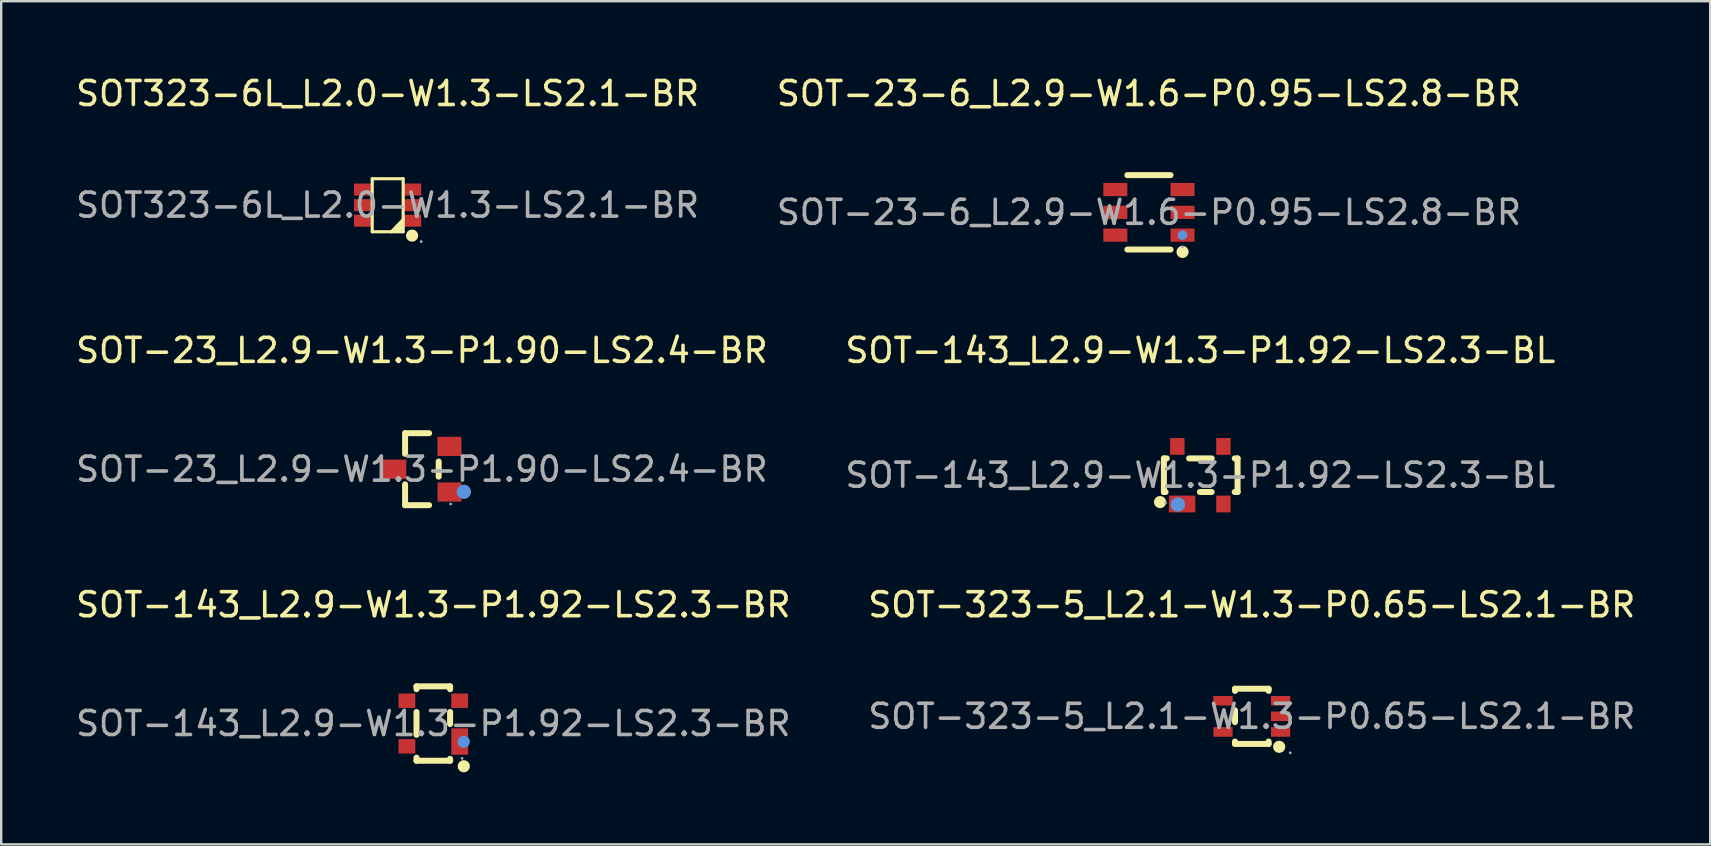
<source format=kicad_pcb>
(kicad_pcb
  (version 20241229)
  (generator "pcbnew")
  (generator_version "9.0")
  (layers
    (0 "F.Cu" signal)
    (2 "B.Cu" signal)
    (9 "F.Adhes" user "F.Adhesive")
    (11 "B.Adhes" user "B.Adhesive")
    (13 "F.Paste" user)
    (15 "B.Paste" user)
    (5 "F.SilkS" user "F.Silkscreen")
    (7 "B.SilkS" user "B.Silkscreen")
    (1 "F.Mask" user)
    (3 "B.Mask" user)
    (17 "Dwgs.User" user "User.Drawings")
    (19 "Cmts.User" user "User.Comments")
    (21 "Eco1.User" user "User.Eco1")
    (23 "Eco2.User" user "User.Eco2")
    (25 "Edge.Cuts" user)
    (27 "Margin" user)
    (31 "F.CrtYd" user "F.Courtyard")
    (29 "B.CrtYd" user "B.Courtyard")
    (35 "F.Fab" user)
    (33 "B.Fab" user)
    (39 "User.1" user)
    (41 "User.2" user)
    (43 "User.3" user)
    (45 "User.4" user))
  (footprint "SOT-23-6_L2.9-W1.6-P0.95-LS2.8-BR"
    (layer "F.Cu")
    (at 44.827 5.798)
    (property "Reference" "SOT-23-6_L2.9-W1.6-P0.95-LS2.8-BR" (at 0 -4.95 0) (layer "F.SilkS") (effects (font (size 1 1) (thickness 0.15))))
    (attr through_hole)
    (fp_line (start -0.9 -1.55) (end 0.9 -1.55) (stroke (width 0.25) (type solid)) (layer "F.SilkS"))
    (fp_line (start -0.9 1.55) (end 0.9 1.55) (stroke (width 0.25) (type solid)) (layer "F.SilkS"))
    (fp_circle (center 1.4 1.65) (end 1.53 1.65) (stroke (width 0.25) (type solid)) (fill no) (layer "F.SilkS"))
    (fp_circle (center 1.4 0.95) (end 1.5 0.95) (stroke (width 0.2) (type solid)) (fill no) (layer "Cmts.User"))
    (fp_circle (center 1.4 1.44) (end 1.43 1.44) (stroke (width 0.06) (type solid)) (fill no) (layer "F.Fab"))
    (fp_text user "${REFERENCE}" (at 0 0 0) (layer "F.Fab") (effects (font (size 1 1) (thickness 0.15))))
    (pad "1" smd rect (at 1.4 0.95) (size 1 0.55) (layers "F.Cu" "F.Mask" "F.Paste"))
    (pad "2" smd rect (at 1.4 0) (size 1 0.55) (layers "F.Cu" "F.Mask" "F.Paste"))
    (pad "3" smd rect (at 1.4 -0.95) (size 1 0.55) (layers "F.Cu" "F.Mask" "F.Paste"))
    (pad "4" smd rect (at -1.4 -0.95) (size 1 0.55) (layers "F.Cu" "F.Mask" "F.Paste"))
    (pad "5" smd rect (at -1.4 0) (size 1 0.55) (layers "F.Cu" "F.Mask" "F.Paste"))
    (pad "6" smd rect (at -1.4 0.95) (size 1 0.55) (layers "F.Cu" "F.Mask" "F.Paste")))
  (footprint "SOT-23_L2.9-W1.3-P1.90-LS2.4-BR"
    (layer "F.Cu")
    (at 14.53 16.502)
    (property "Reference" "SOT-23_L2.9-W1.3-P1.90-LS2.4-BR" (at 0 -4.95 0) (layer "F.SilkS") (effects (font (size 1 1) (thickness 0.15))))
    (attr through_hole)
    (fp_line (start -0.7 -1.5) (end 0.3 -1.5) (stroke (width 0.25) (type solid)) (layer "F.SilkS"))
    (fp_line (start -0.7 -0.64) (end -0.7 -1.5) (stroke (width 0.25) (type solid)) (layer "F.SilkS"))
    (fp_line (start -0.7 1.5) (end -0.7 0.63) (stroke (width 0.25) (type solid)) (layer "F.SilkS"))
    (fp_line (start -0.7 1.5) (end 0.3 1.5) (stroke (width 0.25) (type solid)) (layer "F.SilkS"))
    (fp_line (start 0.7 0.31) (end 0.7 -0.32) (stroke (width 0.25) (type solid)) (layer "F.SilkS"))
    (fp_circle (center 1.75 0.94) (end 1.9 0.94) (stroke (width 0.3) (type solid)) (fill no) (layer "Cmts.User"))
    (fp_circle (center 1.2 1.45) (end 1.23 1.45) (stroke (width 0.06) (type solid)) (fill no) (layer "F.Fab"))
    (fp_text user "${REFERENCE}" (at 0 0 0) (layer "F.Fab") (effects (font (size 1 1) (thickness 0.15))))
    (pad "1" smd rect (at 1.15 0.95 180) (size 1 0.8) (layers "F.Cu" "F.Mask" "F.Paste"))
    (pad "2" smd rect (at 1.15 -0.95 180) (size 1 0.8) (layers "F.Cu" "F.Mask" "F.Paste"))
    (pad "3" smd rect (at -1.15 0 180) (size 1 0.8) (layers "F.Cu" "F.Mask" "F.Paste")))
  (footprint "SOT-143_L2.9-W1.3-P1.92-LS2.3-BR"
    (layer "F.Cu")
    (at 15.006 27.1)
    (property "Reference" "SOT-143_L2.9-W1.3-P1.92-LS2.3-BR" (at 0 -4.95 0) (layer "F.SilkS") (effects (font (size 1 1) (thickness 0.15))))
    (attr through_hole)
    (fp_line (start -0.7 -1.43) (end -0.7 -1.55) (stroke (width 0.25) (type solid)) (layer "F.SilkS"))
    (fp_line (start -0.7 0.47) (end -0.7 -0.48) (stroke (width 0.25) (type solid)) (layer "F.SilkS"))
    (fp_line (start -0.7 1.55) (end -0.7 1.42) (stroke (width 0.25) (type solid)) (layer "F.SilkS"))
    (fp_line (start 0.7 -1.55) (end -0.7 -1.55) (stroke (width 0.25) (type solid)) (layer "F.SilkS"))
    (fp_line (start 0.7 -1.43) (end 0.7 -1.55) (stroke (width 0.25) (type solid)) (layer "F.SilkS"))
    (fp_line (start 0.7 0.02) (end 0.7 -0.48) (stroke (width 0.25) (type solid)) (layer "F.SilkS"))
    (fp_line (start 0.7 1.55) (end -0.7 1.55) (stroke (width 0.25) (type solid)) (layer "F.SilkS"))
    (fp_line (start 0.7 1.55) (end 0.7 1.47) (stroke (width 0.25) (type solid)) (layer "F.SilkS"))
    (fp_circle (center 1.27 1.78) (end 1.4 1.78) (stroke (width 0.25) (type solid)) (fill no) (layer "F.SilkS"))
    (fp_circle (center 1.27 0.76) (end 1.4 0.76) (stroke (width 0.25) (type solid)) (fill no) (layer "Cmts.User"))
    (fp_circle (center 1.2 1.45) (end 1.23 1.45) (stroke (width 0.06) (type solid)) (fill no) (layer "F.Fab"))
    (fp_text user "${REFERENCE}" (at 0 0 0) (layer "F.Fab") (effects (font (size 1 1) (thickness 0.15))))
    (pad "1" smd rect (at 1.1 0.75 90) (size 1.1 0.7) (layers "F.Cu" "F.Mask" "F.Paste"))
    (pad "2" smd rect (at 1.1 -0.95 90) (size 0.6 0.7) (layers "F.Cu" "F.Mask" "F.Paste"))
    (pad "3" smd rect (at -1.1 -0.95 90) (size 0.6 0.7) (layers "F.Cu" "F.Mask" "F.Paste"))
    (pad "4" smd rect (at -1.1 0.95 90) (size 0.6 0.7) (layers "F.Cu" "F.Mask" "F.Paste")))
  (footprint "SOT-323-5_L2.1-W1.3-P0.65-LS2.1-BR"
    (layer "F.Cu")
    (at 49.113 26.8)
    (property "Reference" "SOT-323-5_L2.1-W1.3-P0.65-LS2.1-BR" (at 0 -4.65 0) (layer "F.SilkS") (effects (font (size 1 1) (thickness 0.15))))
    (attr through_hole)
    (fp_line (start -0.7 -1.15) (end 0.7 -1.15) (stroke (width 0.25) (type solid)) (layer "F.SilkS"))
    (fp_line (start -0.7 -1.06) (end -0.7 -1.15) (stroke (width 0.25) (type solid)) (layer "F.SilkS"))
    (fp_line (start -0.7 0.24) (end -0.7 -0.25) (stroke (width 0.25) (type solid)) (layer "F.SilkS"))
    (fp_line (start -0.7 1.15) (end -0.7 1.05) (stroke (width 0.25) (type solid)) (layer "F.SilkS"))
    (fp_line (start -0.7 1.15) (end 0.7 1.15) (stroke (width 0.25) (type solid)) (layer "F.SilkS"))
    (fp_line (start 0.7 -1.06) (end 0.7 -1.15) (stroke (width 0.25) (type solid)) (layer "F.SilkS"))
    (fp_line (start 0.7 1.15) (end 0.7 1.05) (stroke (width 0.25) (type solid)) (layer "F.SilkS"))
    (fp_circle (center 1.14 1.27) (end 1.27 1.27) (stroke (width 0.25) (type solid)) (fill no) (layer "F.SilkS"))
    (fp_circle (center 1.6 1.52) (end 1.63 1.52) (stroke (width 0.06) (type solid)) (fill no) (layer "F.Fab"))
    (fp_text user "${REFERENCE}" (at 0 0 0) (layer "F.Fab") (effects (font (size 1 1) (thickness 0.15))))
    (pad "1" smd rect (at 1.2 0.65 90) (size 0.4 0.8) (layers "F.Cu" "F.Mask" "F.Paste"))
    (pad "2" smd rect (at 1.2 0 90) (size 0.4 0.8) (layers "F.Cu" "F.Mask" "F.Paste"))
    (pad "3" smd rect (at 1.2 -0.65 90) (size 0.4 0.8) (layers "F.Cu" "F.Mask" "F.Paste"))
    (pad "4" smd rect (at -1.2 -0.65 90) (size 0.4 0.8) (layers "F.Cu" "F.Mask" "F.Paste"))
    (pad "5" smd rect (at -1.2 0.65 90) (size 0.4 0.8) (layers "F.Cu" "F.Mask" "F.Paste")))
  (footprint "SOT-143_L2.9-W1.3-P1.92-LS2.3-BL"
    (layer "F.Cu")
    (at 46.97 16.752)
    (property "Reference" "SOT-143_L2.9-W1.3-P1.92-LS2.3-BL" (at 0 -5.2 0) (layer "F.SilkS") (effects (font (size 1 1) (thickness 0.15))))
    (attr through_hole)
    (fp_line (start -1.52 -0.7) (end -1.4 -0.7) (stroke (width 0.25) (type solid)) (layer "F.SilkS"))
    (fp_line (start -1.52 0.7) (end -1.52 -0.7) (stroke (width 0.25) (type solid)) (layer "F.SilkS"))
    (fp_line (start -1.52 0.7) (end -1.45 0.7) (stroke (width 0.25) (type solid)) (layer "F.SilkS"))
    (fp_line (start -0.47 -0.7) (end 0.47 -0.7) (stroke (width 0.25) (type solid)) (layer "F.SilkS"))
    (fp_line (start -0.02 0.7) (end 0.47 0.7) (stroke (width 0.25) (type solid)) (layer "F.SilkS"))
    (fp_line (start 1.43 -0.7) (end 1.55 -0.7) (stroke (width 0.25) (type solid)) (layer "F.SilkS"))
    (fp_line (start 1.43 0.7) (end 1.55 0.7) (stroke (width 0.25) (type solid)) (layer "F.SilkS"))
    (fp_line (start 1.55 0.7) (end 1.55 -0.7) (stroke (width 0.25) (type solid)) (layer "F.SilkS"))
    (fp_circle (center -1.68 1.12) (end -1.55 1.12) (stroke (width 0.25) (type solid)) (fill no) (layer "F.SilkS"))
    (fp_circle (center -0.94 1.22) (end -0.79 1.22) (stroke (width 0.3) (type solid)) (fill no) (layer "Cmts.User"))
    (fp_circle (center -1.45 1.15) (end -1.42 1.15) (stroke (width 0.06) (type solid)) (fill no) (layer "F.Fab"))
    (fp_text user "${REFERENCE}" (at 0 0 0) (layer "F.Fab") (effects (font (size 1 1) (thickness 0.15))))
    (pad "1" smd rect (at -0.76 1.2) (size 1.1 0.7) (layers "F.Cu" "F.Mask" "F.Paste"))
    (pad "2" smd rect (at 0.96 1.2) (size 0.6 0.7) (layers "F.Cu" "F.Mask" "F.Paste"))
    (pad "3" smd rect (at 0.96 -1.2) (size 0.6 0.7) (layers "F.Cu" "F.Mask" "F.Paste"))
    (pad "4" smd rect (at -0.96 -1.2) (size 0.6 0.7) (layers "F.Cu" "F.Mask" "F.Paste")))
  (footprint "SOT323-6L_L2.0-W1.3-LS2.1-BR"
    (layer "F.Cu")
    (at 13.101 5.498)
    (property "Reference" "SOT323-6L_L2.0-W1.3-LS2.1-BR" (at 0 -4.65 0) (layer "F.SilkS") (effects (font (size 1 1) (thickness 0.15))))
    (attr through_hole)
    (fp_line (start -0.64 -1.1) (end 0.65 -1.1) (stroke (width 0.13) (type solid)) (layer "F.SilkS"))
    (fp_line (start -0.64 1.11) (end -0.64 -1.1) (stroke (width 0.13) (type solid)) (layer "F.SilkS"))
    (fp_line (start 0.57 0.85) (end 0.43 1.04) (stroke (width 0.25) (type solid)) (layer "F.SilkS"))
    (fp_line (start 0.65 -1.1) (end 0.65 1.11) (stroke (width 0.13) (type solid)) (layer "F.SilkS"))
    (fp_line (start 0.65 0.6) (end 0.16 1.11) (stroke (width 0.13) (type solid)) (layer "F.SilkS"))
    (fp_line (start 0.65 1.11) (end -0.64 1.11) (stroke (width 0.13) (type solid)) (layer "F.SilkS"))
    (fp_circle (center 1.02 1.27) (end 1.15 1.27) (stroke (width 0.25) (type solid)) (fill no) (layer "F.SilkS"))
    (fp_circle (center 1.4 1.52) (end 1.43 1.52) (stroke (width 0.06) (type solid)) (fill no) (layer "F.Fab"))
    (fp_text user "${REFERENCE}" (at 0 0 0) (layer "F.Fab") (effects (font (size 1 1) (thickness 0.15))))
    (pad "1" smd rect (at 1 0.65 90) (size 0.5 0.8) (layers "F.Cu" "F.Mask" "F.Paste"))
    (pad "2" smd rect (at 1 0 90) (size 0.5 0.8) (layers "F.Cu" "F.Mask" "F.Paste"))
    (pad "3" smd rect (at 1 -0.65 90) (size 0.5 0.8) (layers "F.Cu" "F.Mask" "F.Paste"))
    (pad "4" smd rect (at -1 -0.65 90) (size 0.5 0.8) (layers "F.Cu" "F.Mask" "F.Paste"))
    (pad "5" smd rect (at -1 0 90) (size 0.5 0.8) (layers "F.Cu" "F.Mask" "F.Paste"))
    (pad "6" smd rect (at -1 0.65 90) (size 0.5 0.8) (layers "F.Cu" "F.Mask" "F.Paste")))
  (gr_rect
    (start -3 -3)
    (end 68.214 32.135)
    (stroke (width 0.1) (type default))
    (fill no)
    (layer "Edge.Cuts")))
</source>
